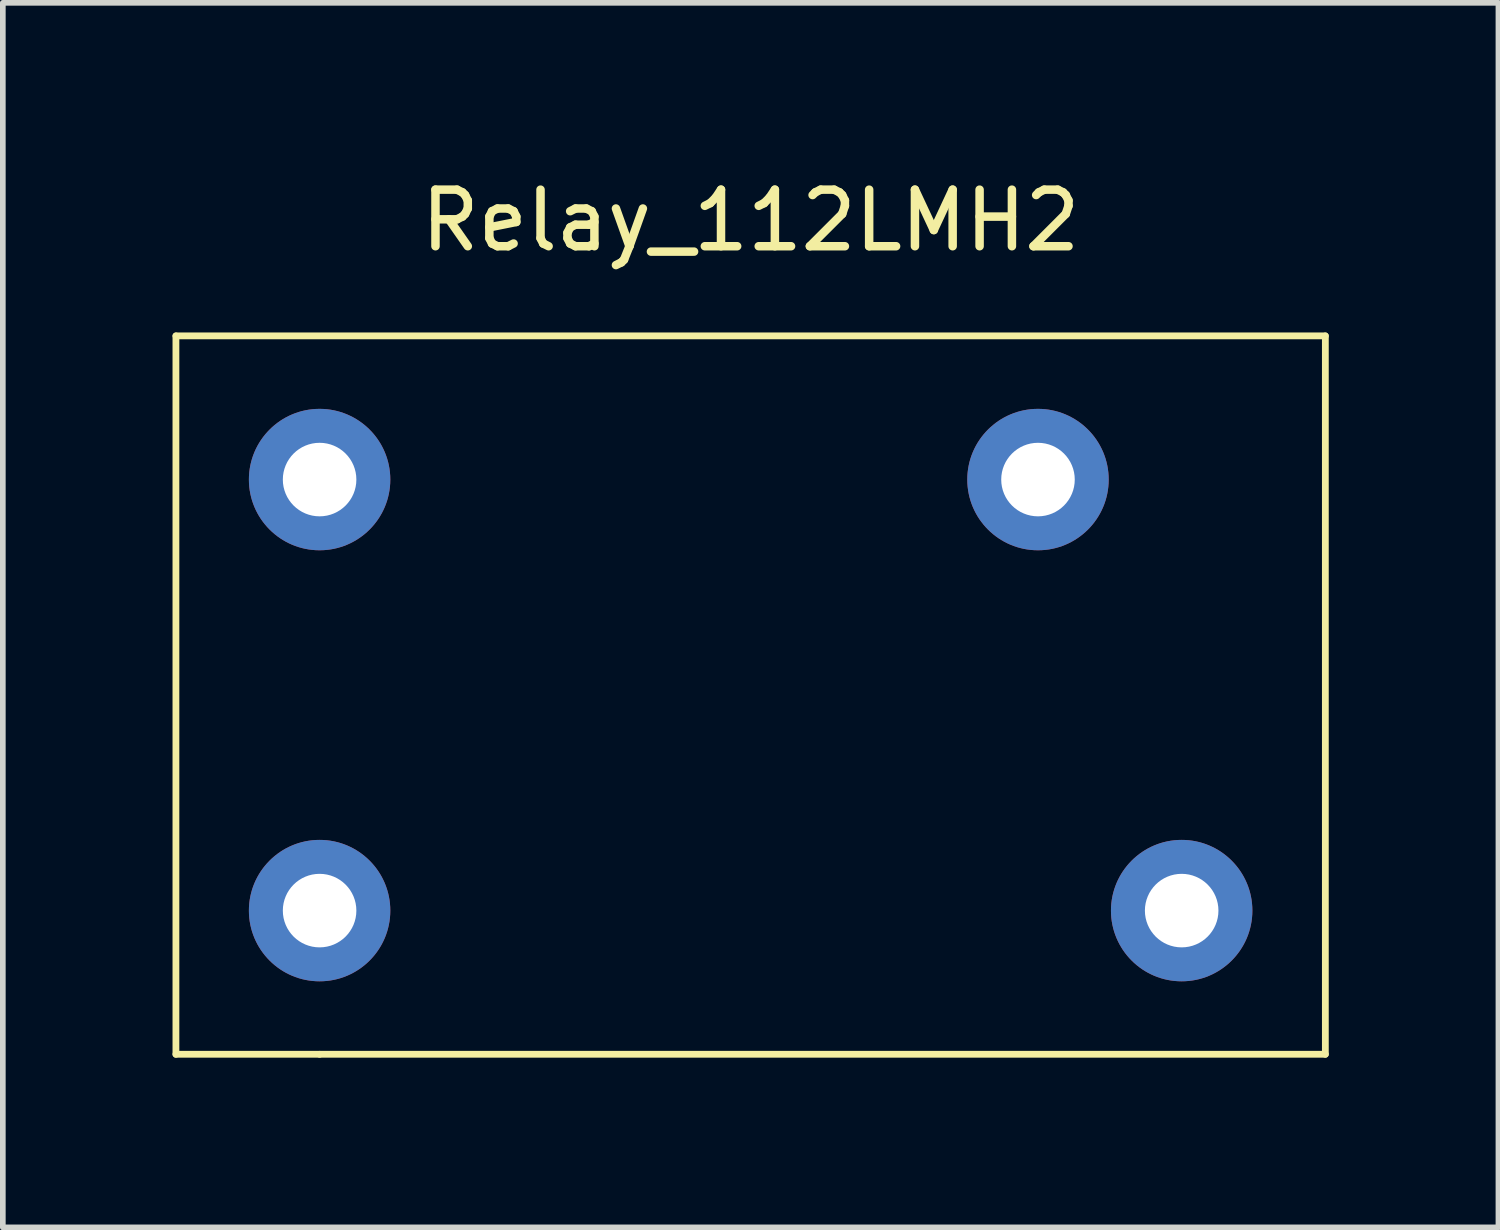
<source format=kicad_pcb>
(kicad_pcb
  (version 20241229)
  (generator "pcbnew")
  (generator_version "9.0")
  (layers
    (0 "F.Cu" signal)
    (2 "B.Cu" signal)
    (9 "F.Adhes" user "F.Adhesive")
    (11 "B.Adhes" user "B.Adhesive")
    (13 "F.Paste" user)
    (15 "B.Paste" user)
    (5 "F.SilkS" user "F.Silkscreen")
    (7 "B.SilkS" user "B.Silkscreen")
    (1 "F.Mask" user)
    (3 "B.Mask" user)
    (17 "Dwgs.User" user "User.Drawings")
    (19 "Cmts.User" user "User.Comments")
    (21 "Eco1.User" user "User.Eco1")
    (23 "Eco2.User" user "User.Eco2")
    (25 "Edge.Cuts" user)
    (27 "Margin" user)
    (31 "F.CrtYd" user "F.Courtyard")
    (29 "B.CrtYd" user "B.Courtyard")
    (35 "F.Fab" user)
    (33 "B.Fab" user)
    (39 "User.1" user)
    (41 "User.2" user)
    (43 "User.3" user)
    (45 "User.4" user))
  (footprint "Relay_112LMH2"
    (layer "F.Cu")
    (at 10.22 0.348)
    (property "Reference" "Relay_112LMH2" (at 0 0.5 0) (layer "F.SilkS") (effects (font (size 1 1) (thickness 0.15))))
    (attr through_hole)
    (fp_line (start -10.16 2.54) (end 10.16 2.54) (stroke (width 0.12) (type solid)) (layer "F.SilkS"))
    (fp_line (start -10.16 15.24) (end -10.16 2.54) (stroke (width 0.12) (type solid)) (layer "F.SilkS"))
    (fp_line (start -7.62 15.24) (end -10.16 15.24) (stroke (width 0.12) (type solid)) (layer "F.SilkS"))
    (fp_line (start 10.16 2.54) (end 10.16 15.24) (stroke (width 0.12) (type solid)) (layer "F.SilkS"))
    (fp_line (start 10.16 15.24) (end -7.62 15.24) (stroke (width 0.12) (type solid)) (layer "F.SilkS"))
    (pad "b1" thru_hole circle (at -7.62 12.7) (size 2.5 2.5) (drill 1.3) (layers "*.Cu" "*.Mask"))
    (pad "b2" thru_hole circle (at -7.62 5.08) (size 2.5 2.5) (drill 1.3) (layers "*.Cu" "*.Mask"))
    (pad "c1" thru_hole circle (at 7.62 12.7) (size 2.5 2.5) (drill 1.3) (layers "*.Cu" "*.Mask"))
    (pad "c2" thru_hole circle (at 5.08 5.08) (size 2.5 2.5) (drill 1.3) (layers "*.Cu" "*.Mask")))
  (gr_rect
    (start -3 -3)
    (end 23.44 18.648)
    (stroke (width 0.1) (type default))
    (fill no)
    (layer "Edge.Cuts")))
</source>
